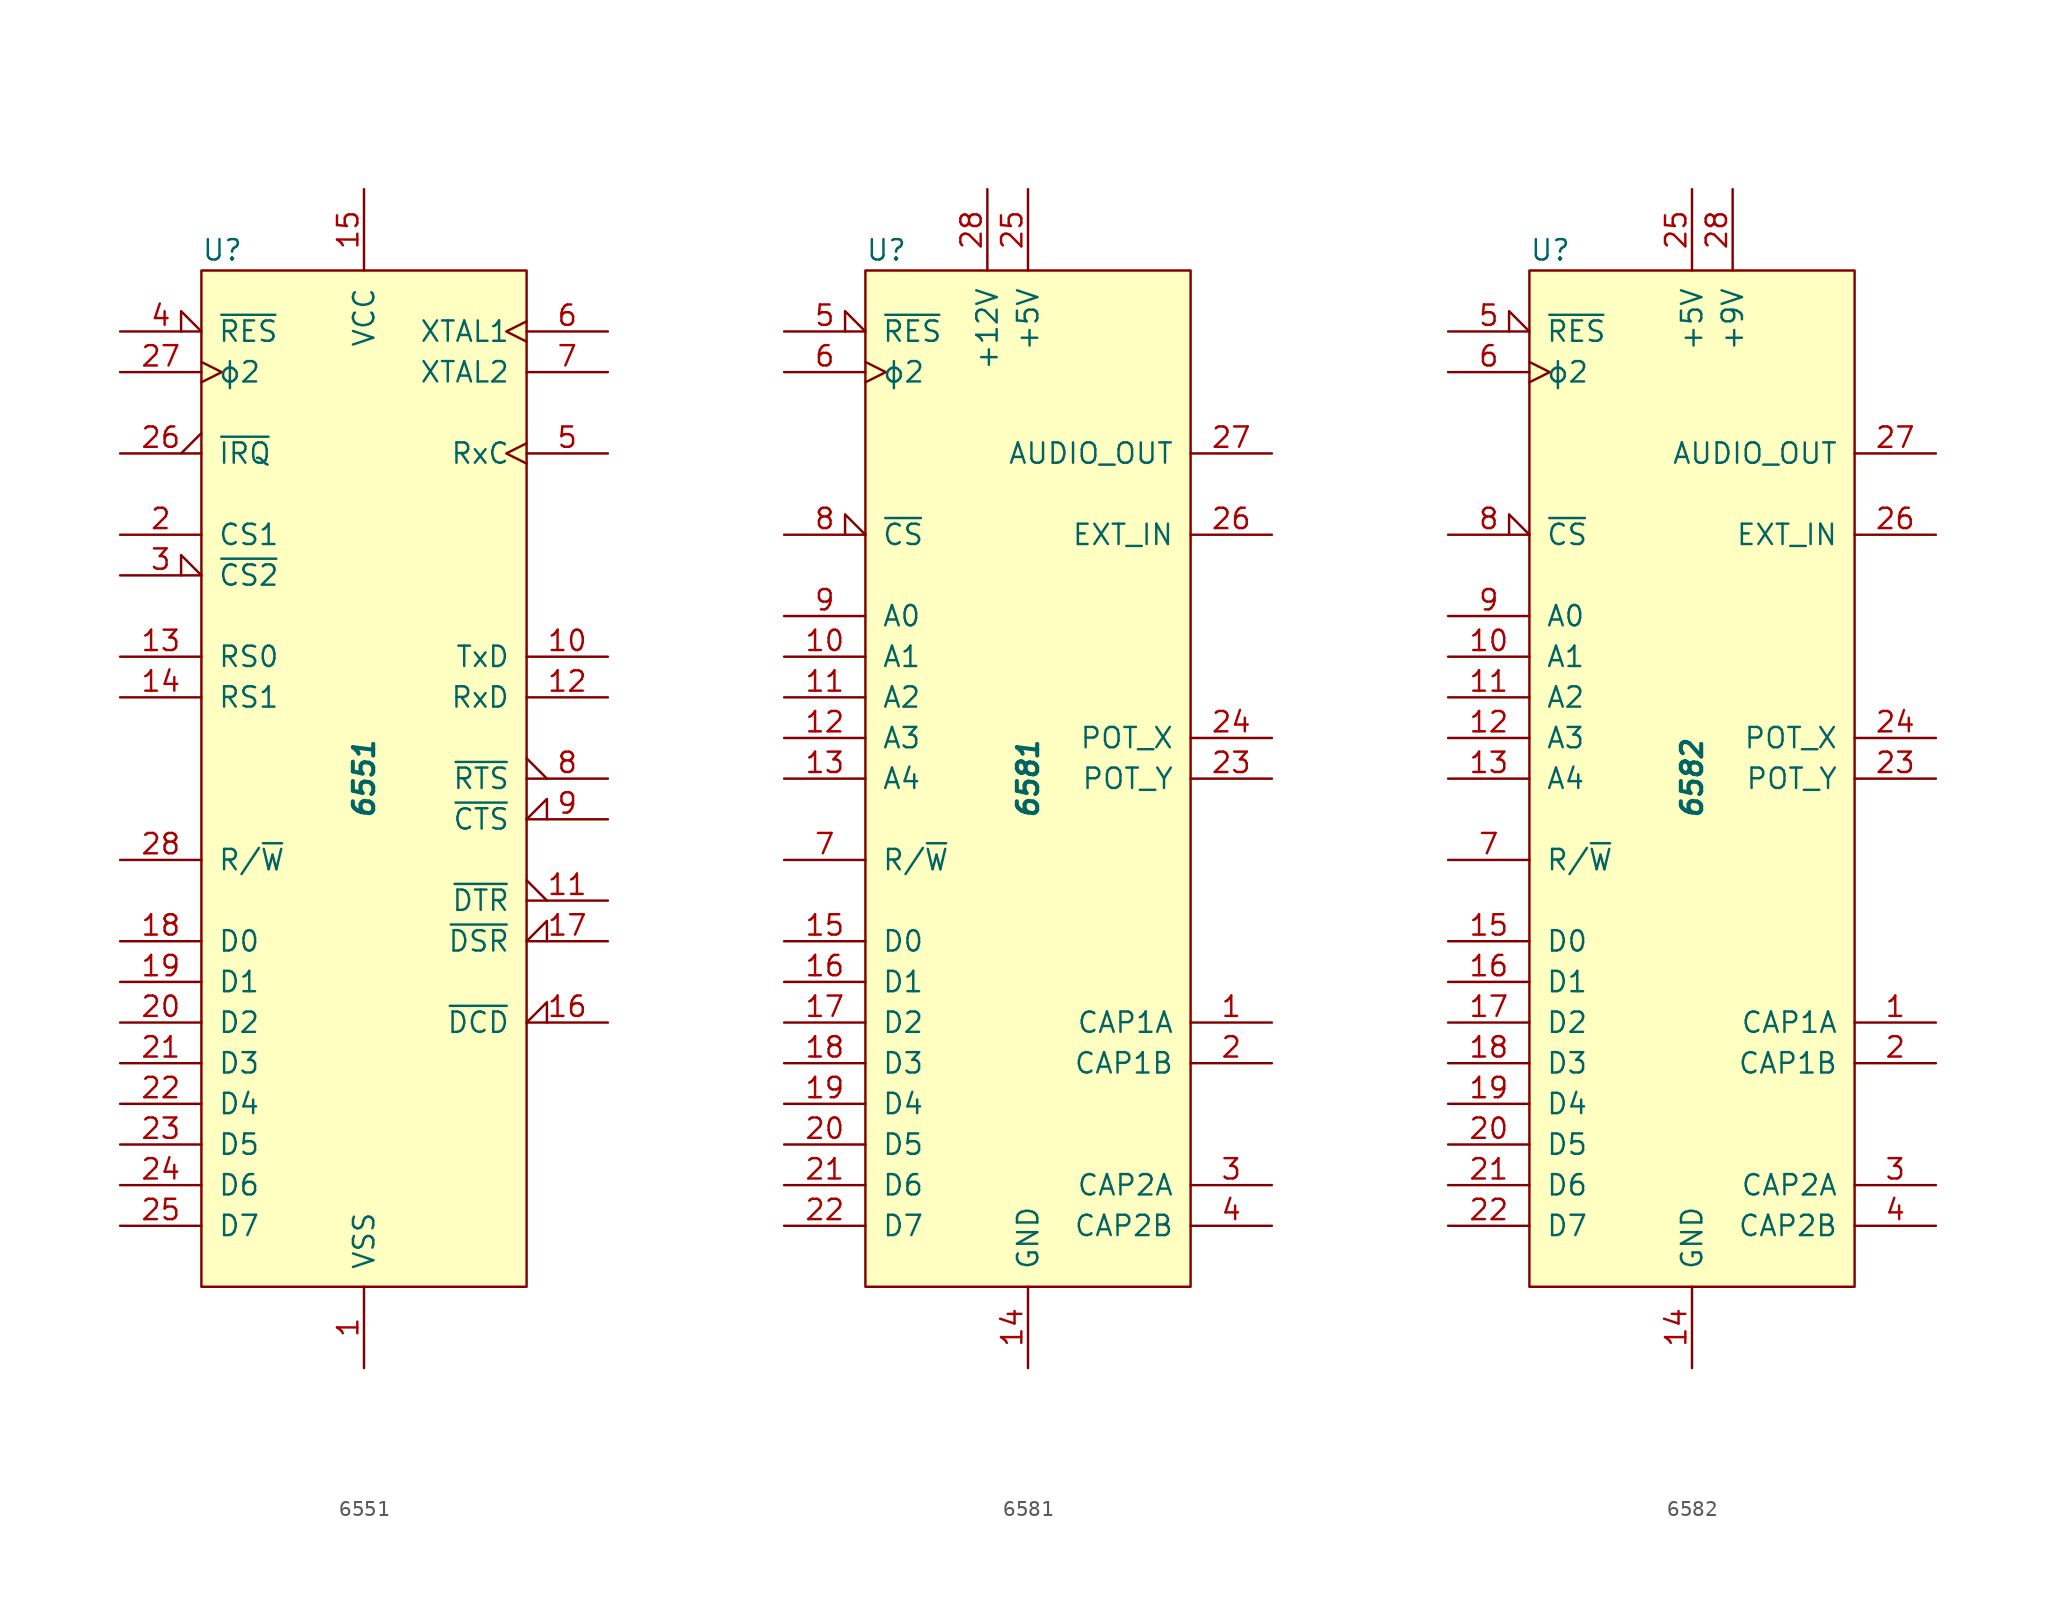
<source format=kicad_sym>
(kicad_symbol_lib
  (version 20201005)
  (generator kicad_symbol_editor)
  (symbol "6551"
    (pin_names
      (offset 1.016))
    (property "Reference" "U"
      (at -10.16 33.02 0)
      (effects (font (size 1.27 1.27)) (justify left)))
    (property "Value" "6551"
      (at 0 0 90)
      (effects (font (size 1.27 1.27) bold italic)))
    (symbol "6551_0_1"
      (rectangle (start -10.16 31.75) (end 10.16 -31.75) (stroke (width 0)) (fill (type background))))
    (symbol "6551_1_1"
      (pin power_in line (at 0 -36.83 90) (length 5.08) (name "VSS" (effects (font (size 1.27 1.27)))) (number "1" (effects (font (size 1.27 1.27)))))
      (pin output line (at 15.24 7.62 180) (length 5.08) (name "TxD" (effects (font (size 1.27 1.27)))) (number "10" (effects (font (size 1.27 1.27)))))
      (pin output output_low (at 15.24 -7.62 180) (length 5.08) (name "~DTR" (effects (font (size 1.27 1.27)))) (number "11" (effects (font (size 1.27 1.27)))))
      (pin input line (at 15.24 5.08 180) (length 5.08) (name "RxD" (effects (font (size 1.27 1.27)))) (number "12" (effects (font (size 1.27 1.27)))))
      (pin input line (at -15.24 7.62 0) (length 5.08) (name "RS0" (effects (font (size 1.27 1.27)))) (number "13" (effects (font (size 1.27 1.27)))))
      (pin input line (at -15.24 5.08 0) (length 5.08) (name "RS1" (effects (font (size 1.27 1.27)))) (number "14" (effects (font (size 1.27 1.27)))))
      (pin power_in line (at 0 36.83 270) (length 5.08) (name "VCC" (effects (font (size 1.27 1.27)))) (number "15" (effects (font (size 1.27 1.27)))))
      (pin input input_low (at 15.24 -15.24 180) (length 5.08) (name "~DCD" (effects (font (size 1.27 1.27)))) (number "16" (effects (font (size 1.27 1.27)))))
      (pin input input_low (at 15.24 -10.16 180) (length 5.08) (name "~DSR" (effects (font (size 1.27 1.27)))) (number "17" (effects (font (size 1.27 1.27)))))
      (pin bidirectional line (at -15.24 -10.16 0) (length 5.08) (name "D0" (effects (font (size 1.27 1.27)))) (number "18" (effects (font (size 1.27 1.27)))))
      (pin bidirectional line (at -15.24 -12.7 0) (length 5.08) (name "D1" (effects (font (size 1.27 1.27)))) (number "19" (effects (font (size 1.27 1.27)))))
      (pin input line (at -15.24 15.24 0) (length 5.08) (name "CS1" (effects (font (size 1.27 1.27)))) (number "2" (effects (font (size 1.27 1.27)))))
      (pin bidirectional line (at -15.24 -15.24 0) (length 5.08) (name "D2" (effects (font (size 1.27 1.27)))) (number "20" (effects (font (size 1.27 1.27)))))
      (pin bidirectional line (at -15.24 -17.78 0) (length 5.08) (name "D3" (effects (font (size 1.27 1.27)))) (number "21" (effects (font (size 1.27 1.27)))))
      (pin bidirectional line (at -15.24 -20.32 0) (length 5.08) (name "D4" (effects (font (size 1.27 1.27)))) (number "22" (effects (font (size 1.27 1.27)))))
      (pin bidirectional line (at -15.24 -22.86 0) (length 5.08) (name "D5" (effects (font (size 1.27 1.27)))) (number "23" (effects (font (size 1.27 1.27)))))
      (pin bidirectional line (at -15.24 -25.4 0) (length 5.08) (name "D6" (effects (font (size 1.27 1.27)))) (number "24" (effects (font (size 1.27 1.27)))))
      (pin bidirectional line (at -15.24 -27.94 0) (length 5.08) (name "D7" (effects (font (size 1.27 1.27)))) (number "25" (effects (font (size 1.27 1.27)))))
      (pin open_collector output_low (at -15.24 20.32 0) (length 5.08) (name "~IRQ" (effects (font (size 1.27 1.27)))) (number "26" (effects (font (size 1.27 1.27)))))
      (pin input clock (at -15.24 25.4 0) (length 5.08) (name "ϕ2" (effects (font (size 1.27 1.27)))) (number "27" (effects (font (size 1.27 1.27)))))
      (pin input line (at -15.24 -5.08 0) (length 5.08) (name "R/~W" (effects (font (size 1.27 1.27)))) (number "28" (effects (font (size 1.27 1.27)))))
      (pin input input_low (at -15.24 12.7 0) (length 5.08) (name "~CS2" (effects (font (size 1.27 1.27)))) (number "3" (effects (font (size 1.27 1.27)))))
      (pin input input_low (at -15.24 27.94 0) (length 5.08) (name "~RES" (effects (font (size 1.27 1.27)))) (number "4" (effects (font (size 1.27 1.27)))))
      (pin bidirectional clock (at 15.24 20.32 180) (length 5.08) (name "RxC" (effects (font (size 1.27 1.27)))) (number "5" (effects (font (size 1.27 1.27)))))
      (pin input clock (at 15.24 27.94 180) (length 5.08) (name "XTAL1" (effects (font (size 1.27 1.27)))) (number "6" (effects (font (size 1.27 1.27)))))
      (pin output line (at 15.24 25.4 180) (length 5.08) (name "XTAL2" (effects (font (size 1.27 1.27)))) (number "7" (effects (font (size 1.27 1.27)))))
      (pin output output_low (at 15.24 0 180) (length 5.08) (name "~RTS" (effects (font (size 1.27 1.27)))) (number "8" (effects (font (size 1.27 1.27)))))
      (pin input input_low (at 15.24 -2.54 180) (length 5.08) (name "~CTS" (effects (font (size 1.27 1.27)))) (number "9" (effects (font (size 1.27 1.27)))))))
  (symbol "6581"
    (pin_names
      (offset 1.016))
    (property "Reference" "U"
      (at -10.16 33.02 0)
      (effects (font (size 1.27 1.27)) (justify left)))
    (property "Value" "6581"
      (at 0 0 90)
      (effects (font (size 1.27 1.27) bold italic)))
    (symbol "6581_0_1"
      (rectangle (start -10.16 31.75) (end 10.16 -31.75) (stroke (width 0)) (fill (type background))))
    (symbol "6581_1_1"
      (pin passive line (at 15.24 -15.24 180) (length 5.08) (name "CAP1A" (effects (font (size 1.27 1.27)))) (number "1" (effects (font (size 1.27 1.27)))))
      (pin input line (at -15.24 7.62 0) (length 5.08) (name "A1" (effects (font (size 1.27 1.27)))) (number "10" (effects (font (size 1.27 1.27)))))
      (pin input line (at -15.24 5.08 0) (length 5.08) (name "A2" (effects (font (size 1.27 1.27)))) (number "11" (effects (font (size 1.27 1.27)))))
      (pin input line (at -15.24 2.54 0) (length 5.08) (name "A3" (effects (font (size 1.27 1.27)))) (number "12" (effects (font (size 1.27 1.27)))))
      (pin input line (at -15.24 0 0) (length 5.08) (name "A4" (effects (font (size 1.27 1.27)))) (number "13" (effects (font (size 1.27 1.27)))))
      (pin power_in line (at 0 -36.83 90) (length 5.08) (name "GND" (effects (font (size 1.27 1.27)))) (number "14" (effects (font (size 1.27 1.27)))))
      (pin bidirectional line (at -15.24 -10.16 0) (length 5.08) (name "D0" (effects (font (size 1.27 1.27)))) (number "15" (effects (font (size 1.27 1.27)))))
      (pin bidirectional line (at -15.24 -12.7 0) (length 5.08) (name "D1" (effects (font (size 1.27 1.27)))) (number "16" (effects (font (size 1.27 1.27)))))
      (pin bidirectional line (at -15.24 -15.24 0) (length 5.08) (name "D2" (effects (font (size 1.27 1.27)))) (number "17" (effects (font (size 1.27 1.27)))))
      (pin bidirectional line (at -15.24 -17.78 0) (length 5.08) (name "D3" (effects (font (size 1.27 1.27)))) (number "18" (effects (font (size 1.27 1.27)))))
      (pin bidirectional line (at -15.24 -20.32 0) (length 5.08) (name "D4" (effects (font (size 1.27 1.27)))) (number "19" (effects (font (size 1.27 1.27)))))
      (pin passive line (at 15.24 -17.78 180) (length 5.08) (name "CAP1B" (effects (font (size 1.27 1.27)))) (number "2" (effects (font (size 1.27 1.27)))))
      (pin bidirectional line (at -15.24 -22.86 0) (length 5.08) (name "D5" (effects (font (size 1.27 1.27)))) (number "20" (effects (font (size 1.27 1.27)))))
      (pin bidirectional line (at -15.24 -25.4 0) (length 5.08) (name "D6" (effects (font (size 1.27 1.27)))) (number "21" (effects (font (size 1.27 1.27)))))
      (pin bidirectional line (at -15.24 -27.94 0) (length 5.08) (name "D7" (effects (font (size 1.27 1.27)))) (number "22" (effects (font (size 1.27 1.27)))))
      (pin input line (at 15.24 0 180) (length 5.08) (name "POT_Y" (effects (font (size 1.27 1.27)))) (number "23" (effects (font (size 1.27 1.27)))))
      (pin input line (at 15.24 2.54 180) (length 5.08) (name "POT_X" (effects (font (size 1.27 1.27)))) (number "24" (effects (font (size 1.27 1.27)))))
      (pin power_in line (at 0 36.83 270) (length 5.08) (name "+5V" (effects (font (size 1.27 1.27)))) (number "25" (effects (font (size 1.27 1.27)))))
      (pin input line (at 15.24 15.24 180) (length 5.08) (name "EXT_IN" (effects (font (size 1.27 1.27)))) (number "26" (effects (font (size 1.27 1.27)))))
      (pin output line (at 15.24 20.32 180) (length 5.08) (name "AUDIO_OUT" (effects (font (size 1.27 1.27)))) (number "27" (effects (font (size 1.27 1.27)))))
      (pin power_in line (at -2.54 36.83 270) (length 5.08) (name "+12V" (effects (font (size 1.27 1.27)))) (number "28" (effects (font (size 1.27 1.27)))))
      (pin passive line (at 15.24 -25.4 180) (length 5.08) (name "CAP2A" (effects (font (size 1.27 1.27)))) (number "3" (effects (font (size 1.27 1.27)))))
      (pin passive line (at 15.24 -27.94 180) (length 5.08) (name "CAP2B" (effects (font (size 1.27 1.27)))) (number "4" (effects (font (size 1.27 1.27)))))
      (pin input input_low (at -15.24 27.94 0) (length 5.08) (name "~RES" (effects (font (size 1.27 1.27)))) (number "5" (effects (font (size 1.27 1.27)))))
      (pin input clock (at -15.24 25.4 0) (length 5.08) (name "ϕ2" (effects (font (size 1.27 1.27)))) (number "6" (effects (font (size 1.27 1.27)))))
      (pin input line (at -15.24 -5.08 0) (length 5.08) (name "R/~W" (effects (font (size 1.27 1.27)))) (number "7" (effects (font (size 1.27 1.27)))))
      (pin input input_low (at -15.24 15.24 0) (length 5.08) (name "~CS" (effects (font (size 1.27 1.27)))) (number "8" (effects (font (size 1.27 1.27)))))
      (pin input line (at -15.24 10.16 0) (length 5.08) (name "A0" (effects (font (size 1.27 1.27)))) (number "9" (effects (font (size 1.27 1.27)))))))
  (symbol "6582"
    (pin_names
      (offset 1.016))
    (property "Reference" "U"
      (at -10.16 33.02 0)
      (effects (font (size 1.27 1.27)) (justify left)))
    (property "Value" "6582"
      (at 0 0 90)
      (effects (font (size 1.27 1.27) bold italic)))
    (symbol "6582_0_1"
      (rectangle (start -10.16 31.75) (end 10.16 -31.75) (stroke (width 0)) (fill (type background))))
    (symbol "6582_1_1"
      (pin passive line (at 15.24 -15.24 180) (length 5.08) (name "CAP1A" (effects (font (size 1.27 1.27)))) (number "1" (effects (font (size 1.27 1.27)))))
      (pin input line (at -15.24 7.62 0) (length 5.08) (name "A1" (effects (font (size 1.27 1.27)))) (number "10" (effects (font (size 1.27 1.27)))))
      (pin input line (at -15.24 5.08 0) (length 5.08) (name "A2" (effects (font (size 1.27 1.27)))) (number "11" (effects (font (size 1.27 1.27)))))
      (pin input line (at -15.24 2.54 0) (length 5.08) (name "A3" (effects (font (size 1.27 1.27)))) (number "12" (effects (font (size 1.27 1.27)))))
      (pin input line (at -15.24 0 0) (length 5.08) (name "A4" (effects (font (size 1.27 1.27)))) (number "13" (effects (font (size 1.27 1.27)))))
      (pin power_in line (at 0 -36.83 90) (length 5.08) (name "GND" (effects (font (size 1.27 1.27)))) (number "14" (effects (font (size 1.27 1.27)))))
      (pin bidirectional line (at -15.24 -10.16 0) (length 5.08) (name "D0" (effects (font (size 1.27 1.27)))) (number "15" (effects (font (size 1.27 1.27)))))
      (pin bidirectional line (at -15.24 -12.7 0) (length 5.08) (name "D1" (effects (font (size 1.27 1.27)))) (number "16" (effects (font (size 1.27 1.27)))))
      (pin bidirectional line (at -15.24 -15.24 0) (length 5.08) (name "D2" (effects (font (size 1.27 1.27)))) (number "17" (effects (font (size 1.27 1.27)))))
      (pin bidirectional line (at -15.24 -17.78 0) (length 5.08) (name "D3" (effects (font (size 1.27 1.27)))) (number "18" (effects (font (size 1.27 1.27)))))
      (pin bidirectional line (at -15.24 -20.32 0) (length 5.08) (name "D4" (effects (font (size 1.27 1.27)))) (number "19" (effects (font (size 1.27 1.27)))))
      (pin passive line (at 15.24 -17.78 180) (length 5.08) (name "CAP1B" (effects (font (size 1.27 1.27)))) (number "2" (effects (font (size 1.27 1.27)))))
      (pin bidirectional line (at -15.24 -22.86 0) (length 5.08) (name "D5" (effects (font (size 1.27 1.27)))) (number "20" (effects (font (size 1.27 1.27)))))
      (pin bidirectional line (at -15.24 -25.4 0) (length 5.08) (name "D6" (effects (font (size 1.27 1.27)))) (number "21" (effects (font (size 1.27 1.27)))))
      (pin bidirectional line (at -15.24 -27.94 0) (length 5.08) (name "D7" (effects (font (size 1.27 1.27)))) (number "22" (effects (font (size 1.27 1.27)))))
      (pin input line (at 15.24 0 180) (length 5.08) (name "POT_Y" (effects (font (size 1.27 1.27)))) (number "23" (effects (font (size 1.27 1.27)))))
      (pin input line (at 15.24 2.54 180) (length 5.08) (name "POT_X" (effects (font (size 1.27 1.27)))) (number "24" (effects (font (size 1.27 1.27)))))
      (pin power_in line (at 0 36.83 270) (length 5.08) (name "+5V" (effects (font (size 1.27 1.27)))) (number "25" (effects (font (size 1.27 1.27)))))
      (pin input line (at 15.24 15.24 180) (length 5.08) (name "EXT_IN" (effects (font (size 1.27 1.27)))) (number "26" (effects (font (size 1.27 1.27)))))
      (pin output line (at 15.24 20.32 180) (length 5.08) (name "AUDIO_OUT" (effects (font (size 1.27 1.27)))) (number "27" (effects (font (size 1.27 1.27)))))
      (pin power_in line (at 2.54 36.83 270) (length 5.08) (name "+9V" (effects (font (size 1.27 1.27)))) (number "28" (effects (font (size 1.27 1.27)))))
      (pin passive line (at 15.24 -25.4 180) (length 5.08) (name "CAP2A" (effects (font (size 1.27 1.27)))) (number "3" (effects (font (size 1.27 1.27)))))
      (pin passive line (at 15.24 -27.94 180) (length 5.08) (name "CAP2B" (effects (font (size 1.27 1.27)))) (number "4" (effects (font (size 1.27 1.27)))))
      (pin input input_low (at -15.24 27.94 0) (length 5.08) (name "~RES" (effects (font (size 1.27 1.27)))) (number "5" (effects (font (size 1.27 1.27)))))
      (pin input clock (at -15.24 25.4 0) (length 5.08) (name "ϕ2" (effects (font (size 1.27 1.27)))) (number "6" (effects (font (size 1.27 1.27)))))
      (pin input line (at -15.24 -5.08 0) (length 5.08) (name "R/~W" (effects (font (size 1.27 1.27)))) (number "7" (effects (font (size 1.27 1.27)))))
      (pin input input_low (at -15.24 15.24 0) (length 5.08) (name "~CS" (effects (font (size 1.27 1.27)))) (number "8" (effects (font (size 1.27 1.27)))))
      (pin input line (at -15.24 10.16 0) (length 5.08) (name "A0" (effects (font (size 1.27 1.27)))) (number "9" (effects (font (size 1.27 1.27))))))))
</source>
